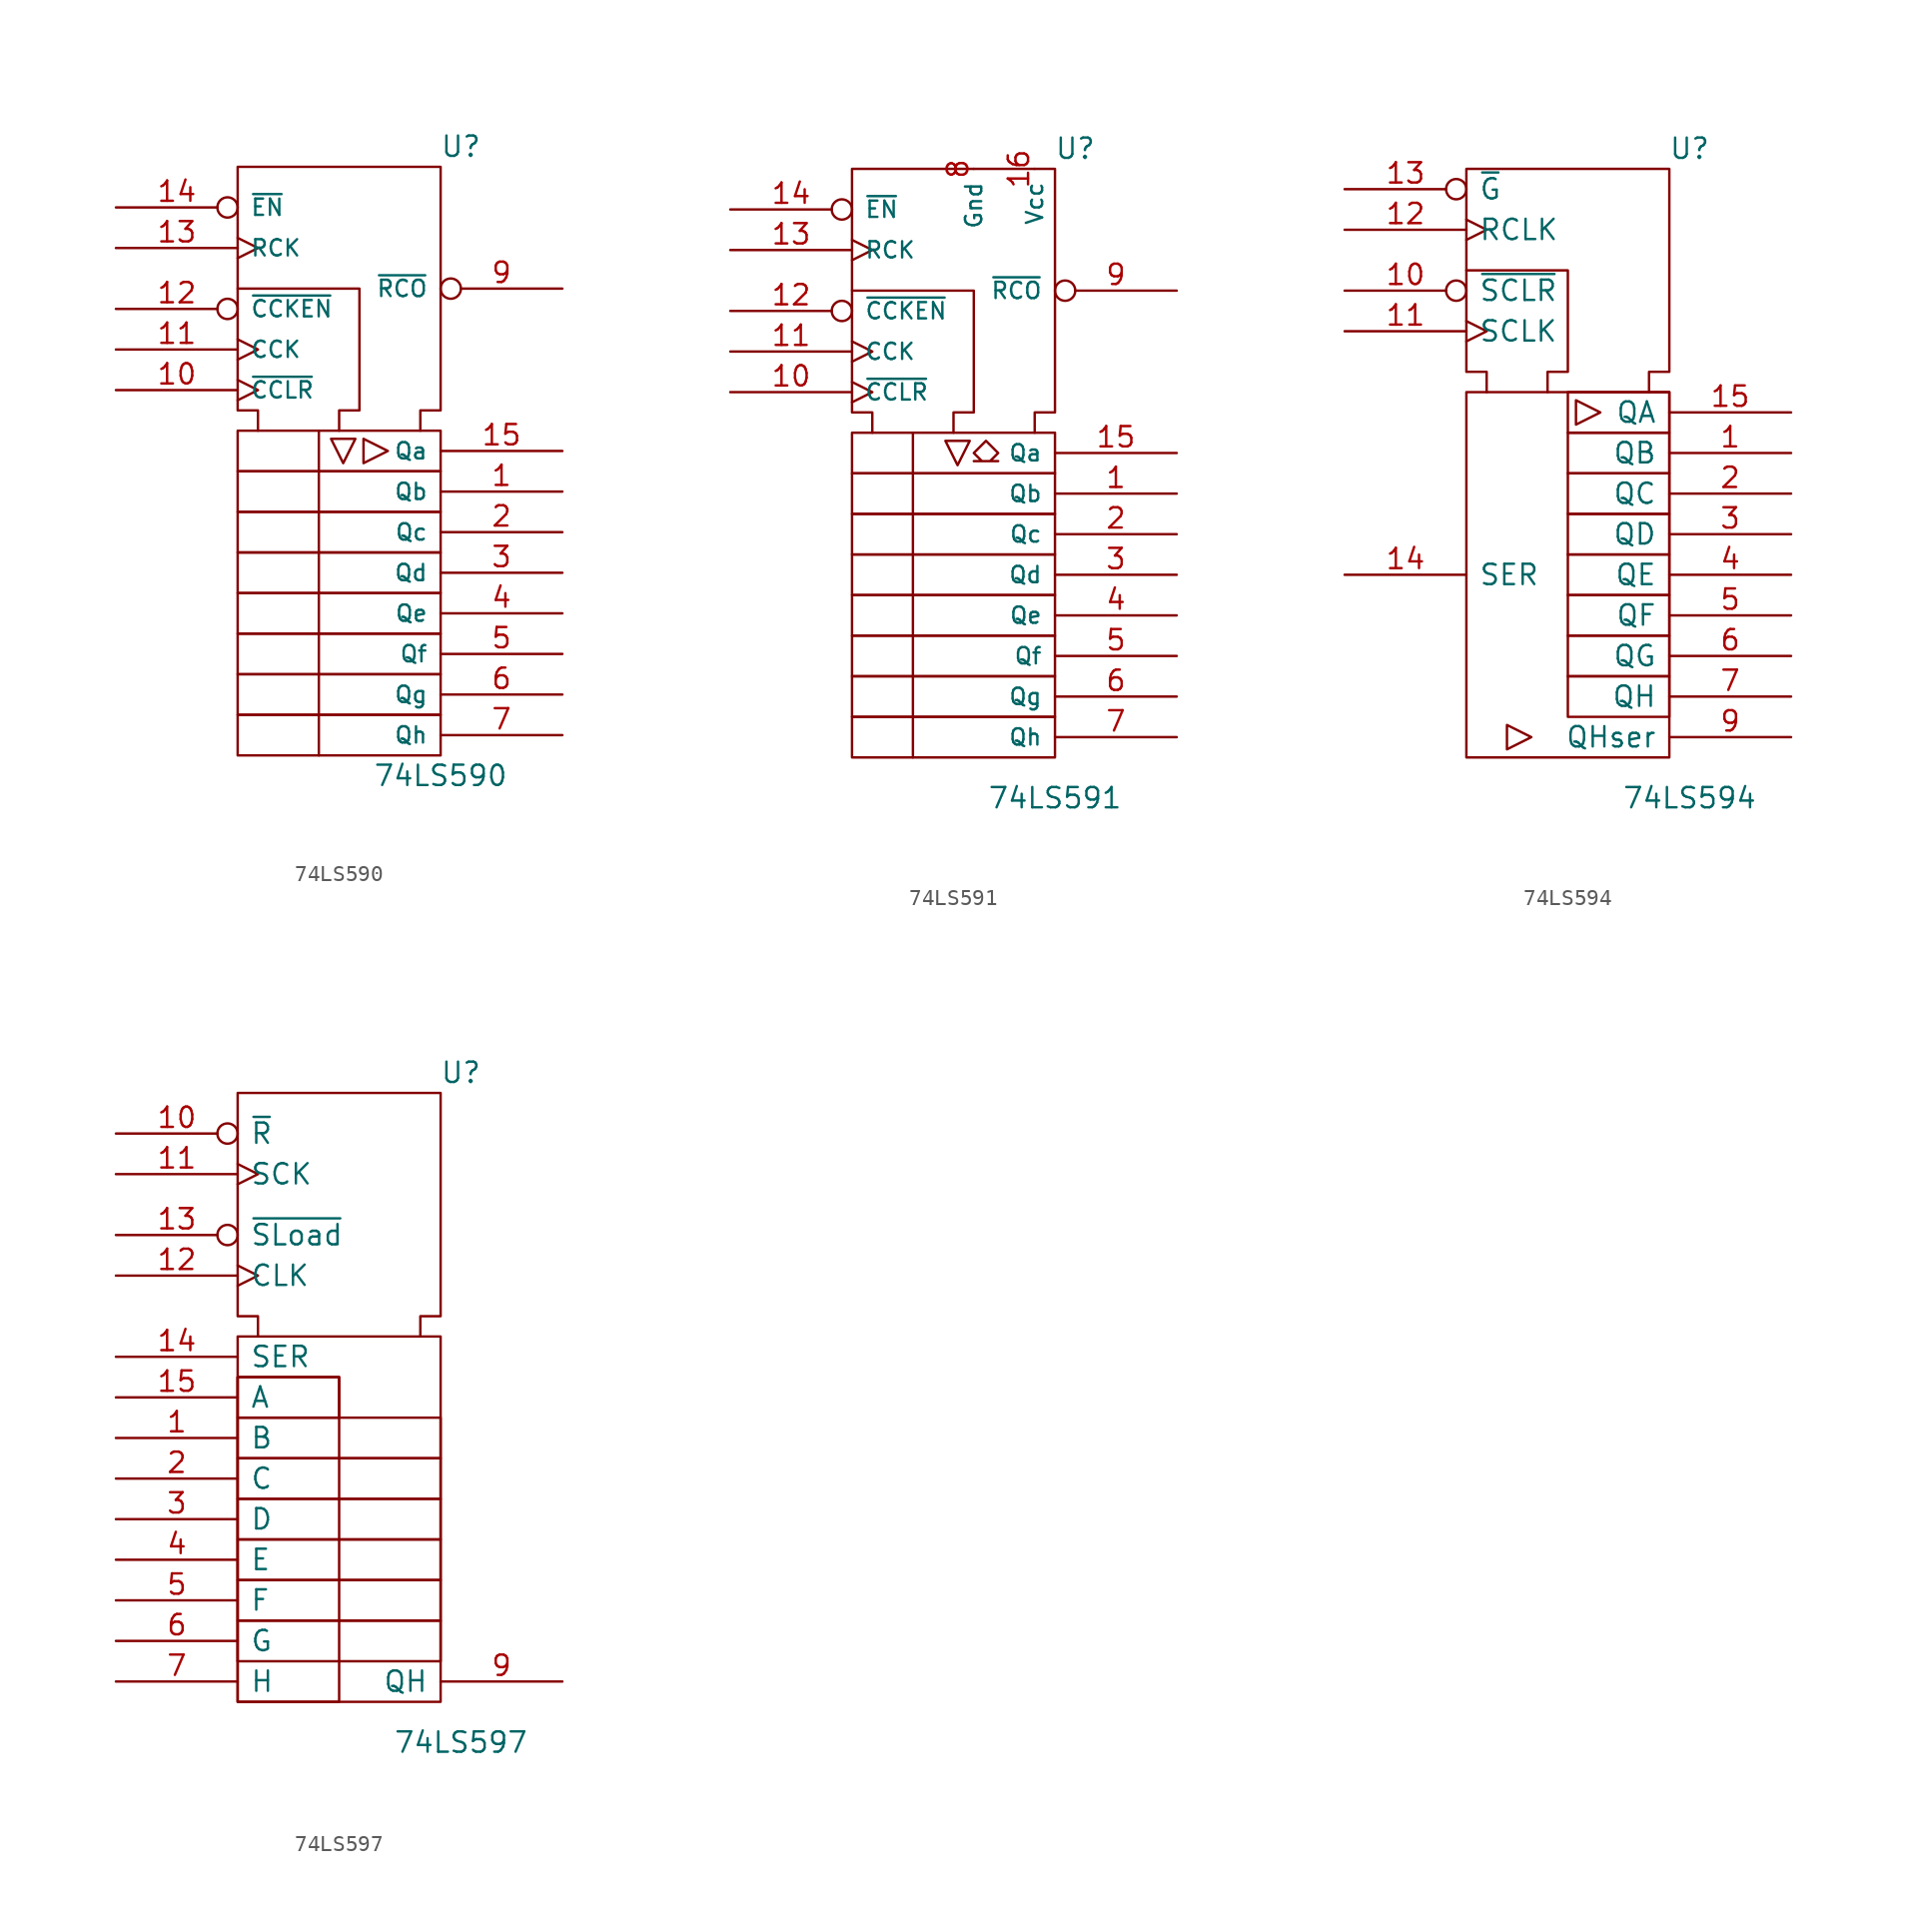
<source format=kicad_sym>
(kicad_symbol_lib
  (version 20201005)
  (generator kicad_symbol_editor)
  (symbol "74LS590"
    (pin_names
      (offset 0.762))
    (property "Reference" "U"
      (at 7.62 20.32 0)
      (effects (font (size 1.27 1.27))))
    (property "Value" "74LS590"
      (at 6.35 -19.05 0)
      (effects (font (size 1.27 1.27))))
    (symbol "74LS590_0_0"
      (rectangle (start -6.35 -12.7) (end 6.35 -15.24) (stroke (width 0)) (fill (type none)))
      (rectangle (start -6.35 -7.62) (end 6.35 -10.16) (stroke (width 0)) (fill (type none)))
      (rectangle (start -6.35 -2.54) (end 6.35 -5.08) (stroke (width 0)) (fill (type none)))
      (rectangle (start -6.35 -15.24) (end 6.35 -17.78) (stroke (width 0)) (fill (type none)))
      (rectangle (start -6.35 0) (end 6.35 -2.54) (stroke (width 0)) (fill (type none)))
      (rectangle (start -6.35 2.54) (end 6.35 0) (stroke (width 0)) (fill (type none)))
      (rectangle (start -6.35 -10.16) (end 6.35 -12.7) (stroke (width 0)) (fill (type none)))
      (rectangle (start -6.35 -5.08) (end 6.35 -7.62) (stroke (width 0)) (fill (type none)))
      (polyline (pts (xy -0.508 2.032) (xy 1.016 2.032) (xy 0.254 0.508) (xy -0.508 2.032) (xy -0.508 2.032)) (stroke (width 0)) (fill (type none)))
      (polyline (pts (xy -1.27 2.54) (xy -1.27 -17.78) (xy -1.27 -17.78)) (stroke (width 0)) (fill (type none)))
      (polyline (pts (xy 1.524 2.032) (xy 3.048 1.27) (xy 1.524 0.508) (xy 1.524 2.032) (xy 1.524 2.032)) (stroke (width 0)) (fill (type none)))
      (polyline (pts (xy -5.08 2.54) (xy -5.08 3.81) (xy -6.35 3.81) (xy -6.35 19.05) (xy 6.35 19.05) (xy 6.35 3.81) (xy 5.08 3.81) (xy 5.08 2.54) (xy 5.08 2.54)) (stroke (width 0)) (fill (type none)))
      (polyline (pts (xy -6.35 11.43) (xy 1.27 11.43) (xy 1.27 3.81) (xy 0 3.81) (xy 0 2.54) (xy 0 2.54)) (stroke (width 0)) (fill (type none))))
    (symbol "74LS590_0_1"
      (pin power_in line (at 1.27 19.05 270) (length 0) hide (name "Gnd" (effects (font (size 1.016 1.016)))) (number "8" (effects (font (size 1.27 1.27)))))
      (pin power_in line (at 5.08 19.05 270) (length 0) hide (name "Vcc" (effects (font (size 1.016 1.016)))) (number "16" (effects (font (size 1.27 1.27))))))
    (symbol "74LS590_1_1"
      (pin output line (at 13.97 -16.51 180) (length 7.62) (name "Qh" (effects (font (size 1.016 1.016)))) (number "7" (effects (font (size 1.27 1.27)))))
      (pin output line (at 13.97 -13.97 180) (length 7.62) (name "Qg" (effects (font (size 1.016 1.016)))) (number "6" (effects (font (size 1.27 1.27)))))
      (pin output line (at 13.97 -11.43 180) (length 7.62) (name "Qf" (effects (font (size 1.016 1.016)))) (number "5" (effects (font (size 1.27 1.27)))))
      (pin output line (at 13.97 -8.89 180) (length 7.62) (name "Qe" (effects (font (size 1.016 1.016)))) (number "4" (effects (font (size 1.27 1.27)))))
      (pin output line (at 13.97 -6.35 180) (length 7.62) (name "Qd" (effects (font (size 1.016 1.016)))) (number "3" (effects (font (size 1.27 1.27)))))
      (pin output line (at 13.97 -3.81 180) (length 7.62) (name "Qc" (effects (font (size 1.016 1.016)))) (number "2" (effects (font (size 1.27 1.27)))))
      (pin output line (at 13.97 -1.27 180) (length 7.62) (name "Qb" (effects (font (size 1.016 1.016)))) (number "1" (effects (font (size 1.27 1.27)))))
      (pin output line (at 13.97 1.27 180) (length 7.62) (name "Qa" (effects (font (size 1.016 1.016)))) (number "15" (effects (font (size 1.27 1.27)))))
      (pin output inverted (at 13.97 11.43 180) (length 7.62) (name "~RCO" (effects (font (size 1.016 1.016)))) (number "9" (effects (font (size 1.27 1.27)))))
      (pin input clock (at -13.97 5.08 0) (length 7.62) (name "~CCLR" (effects (font (size 1.016 1.016)))) (number "10" (effects (font (size 1.27 1.27)))))
      (pin input clock (at -13.97 7.62 0) (length 7.62) (name "CCK" (effects (font (size 1.016 1.016)))) (number "11" (effects (font (size 1.27 1.27)))))
      (pin input inverted (at -13.97 10.16 0) (length 7.62) (name "~CCKEN" (effects (font (size 1.016 1.016)))) (number "12" (effects (font (size 1.27 1.27)))))
      (pin input clock (at -13.97 13.97 0) (length 7.62) (name "RCK" (effects (font (size 1.016 1.016)))) (number "13" (effects (font (size 1.27 1.27)))))
      (pin input inverted (at -13.97 16.51 0) (length 7.62) (name "~EN" (effects (font (size 1.016 1.016)))) (number "14" (effects (font (size 1.27 1.27)))))))
  (symbol "74LS591"
    (pin_names
      (offset 0.762))
    (property "Reference" "U"
      (at 7.62 20.32 0)
      (effects (font (size 1.27 1.27))))
    (property "Value" "74LS591"
      (at 6.35 -20.32 0)
      (effects (font (size 1.27 1.27))))
    (symbol "74LS591_0_0"
      (rectangle (start -6.35 -7.62) (end 6.35 -10.16) (stroke (width 0)) (fill (type none)))
      (rectangle (start -6.35 -5.08) (end 6.35 -7.62) (stroke (width 0)) (fill (type none)))
      (rectangle (start -6.35 -2.54) (end 6.35 -5.08) (stroke (width 0)) (fill (type none)))
      (rectangle (start -6.35 -15.24) (end 6.35 -17.78) (stroke (width 0)) (fill (type none)))
      (rectangle (start -6.35 0) (end 6.35 -2.54) (stroke (width 0)) (fill (type none)))
      (rectangle (start -6.35 2.54) (end 6.35 0) (stroke (width 0)) (fill (type none)))
      (rectangle (start -6.35 -10.16) (end 6.35 -12.7) (stroke (width 0)) (fill (type none)))
      (rectangle (start -6.35 -12.7) (end 6.35 -15.24) (stroke (width 0)) (fill (type none)))
      (polyline (pts (xy -2.54 2.54) (xy -2.54 -17.78) (xy -2.54 -17.78)) (stroke (width 0)) (fill (type none)))
      (polyline (pts (xy -6.35 11.43) (xy 1.27 11.43) (xy 1.27 3.81) (xy 0 3.81) (xy 0 2.54) (xy 0 2.54)) (stroke (width 0)) (fill (type none)))
      (polyline (pts (xy -0.508 2.032) (xy 1.016 2.032) (xy 0.254 0.508) (xy -0.508 2.032) (xy -0.508 2.032)) (stroke (width 0)) (fill (type none)))
      (polyline (pts (xy -5.08 2.54) (xy -5.08 3.81) (xy -6.35 3.81) (xy -6.35 19.05) (xy 6.35 19.05) (xy 6.35 3.81) (xy 5.08 3.81) (xy 5.08 2.54) (xy 5.08 2.54)) (stroke (width 0)) (fill (type none)))
      (polyline (pts (xy 2.032 2.032) (xy 2.794 1.27) (xy 2.286 0.762) (xy 2.794 0.762) (xy 1.27 0.762) (xy 1.778 0.762) (xy 1.27 1.27) (xy 2.032 2.032) (xy 2.032 2.032)) (stroke (width 0)) (fill (type none))))
    (symbol "74LS591_0_1"
      (pin power_in line (at 1.27 19.05 270) (length 0) (name "Gnd" (effects (font (size 1.016 1.016)))) (number "8" (effects (font (size 1.27 1.27)))))
      (pin power_in line (at 5.08 19.05 270) (length 0) (name "Vcc" (effects (font (size 1.016 1.016)))) (number "16" (effects (font (size 1.27 1.27))))))
    (symbol "74LS591_1_1"
      (pin output line (at 13.97 -16.51 180) (length 7.62) (name "Qh" (effects (font (size 1.016 1.016)))) (number "7" (effects (font (size 1.27 1.27)))))
      (pin output line (at 13.97 -13.97 180) (length 7.62) (name "Qg" (effects (font (size 1.016 1.016)))) (number "6" (effects (font (size 1.27 1.27)))))
      (pin output line (at 13.97 -11.43 180) (length 7.62) (name "Qf" (effects (font (size 1.016 1.016)))) (number "5" (effects (font (size 1.27 1.27)))))
      (pin output line (at 13.97 -8.89 180) (length 7.62) (name "Qe" (effects (font (size 1.016 1.016)))) (number "4" (effects (font (size 1.27 1.27)))))
      (pin output line (at 13.97 -6.35 180) (length 7.62) (name "Qd" (effects (font (size 1.016 1.016)))) (number "3" (effects (font (size 1.27 1.27)))))
      (pin output line (at 13.97 -3.81 180) (length 7.62) (name "Qc" (effects (font (size 1.016 1.016)))) (number "2" (effects (font (size 1.27 1.27)))))
      (pin output line (at 13.97 -1.27 180) (length 7.62) (name "Qb" (effects (font (size 1.016 1.016)))) (number "1" (effects (font (size 1.27 1.27)))))
      (pin output line (at 13.97 1.27 180) (length 7.62) (name "Qa" (effects (font (size 1.016 1.016)))) (number "15" (effects (font (size 1.27 1.27)))))
      (pin output inverted (at 13.97 11.43 180) (length 7.62) (name "~RCO" (effects (font (size 1.016 1.016)))) (number "9" (effects (font (size 1.27 1.27)))))
      (pin input clock (at -13.97 5.08 0) (length 7.62) (name "~CCLR" (effects (font (size 1.016 1.016)))) (number "10" (effects (font (size 1.27 1.27)))))
      (pin input clock (at -13.97 7.62 0) (length 7.62) (name "CCK" (effects (font (size 1.016 1.016)))) (number "11" (effects (font (size 1.27 1.27)))))
      (pin input inverted (at -13.97 10.16 0) (length 7.62) (name "~CCKEN" (effects (font (size 1.016 1.016)))) (number "12" (effects (font (size 1.27 1.27)))))
      (pin input clock (at -13.97 13.97 0) (length 7.62) (name "RCK" (effects (font (size 1.016 1.016)))) (number "13" (effects (font (size 1.27 1.27)))))
      (pin input inverted (at -13.97 16.51 0) (length 7.62) (name "~EN" (effects (font (size 1.016 1.016)))) (number "14" (effects (font (size 1.27 1.27)))))))
  (symbol "74LS594"
    (pin_names
      (offset 0.762))
    (property "Reference" "U"
      (at 7.62 16.51 0)
      (effects (font (size 1.27 1.27))))
    (property "Value" "74LS594"
      (at 7.62 -24.13 0)
      (effects (font (size 1.27 1.27))))
    (symbol "74LS594_0_0"
      (rectangle (start 0 -16.51) (end 6.35 -19.05) (stroke (width 0)) (fill (type none)))
      (rectangle (start 0 -8.89) (end 6.35 -11.43) (stroke (width 0)) (fill (type none)))
      (rectangle (start 0 -1.27) (end 6.35 -3.81) (stroke (width 0)) (fill (type none)))
      (rectangle (start 0 -3.81) (end 6.35 -6.35) (stroke (width 0)) (fill (type none)))
      (rectangle (start 0 1.27) (end 6.35 -1.27) (stroke (width 0)) (fill (type none)))
      (rectangle (start 0 -6.35) (end 6.35 -8.89) (stroke (width 0)) (fill (type none)))
      (rectangle (start 0 -11.43) (end 6.35 -13.97) (stroke (width 0)) (fill (type none)))
      (rectangle (start 0 -13.97) (end 6.35 -16.51) (stroke (width 0)) (fill (type none)))
      (rectangle (start -6.35 1.27) (end 6.35 -21.59) (stroke (width 0)) (fill (type none)))
      (polyline (pts (xy -6.35 8.89) (xy 0 8.89) (xy 0 2.54) (xy -1.27 2.54) (xy -1.27 1.27) (xy -1.27 1.27)) (stroke (width 0)) (fill (type none)))
      (polyline (pts (xy 0.508 0.762) (xy 0.508 -0.762) (xy 2.032 0) (xy 0.508 0.762) (xy 0.508 0.762)) (stroke (width 0)) (fill (type none)))
      (polyline (pts (xy -2.286 -20.32) (xy -3.81 -19.558) (xy -3.81 -21.082) (xy -2.286 -20.32) (xy -2.286 -20.32)) (stroke (width 0)) (fill (type none)))
      (polyline (pts (xy -5.08 1.27) (xy -5.08 2.54) (xy -6.35 2.54) (xy -6.35 15.24) (xy 6.35 15.24) (xy 6.35 2.54) (xy 5.08 2.54) (xy 5.08 1.27) (xy 5.08 1.27)) (stroke (width 0)) (fill (type none))))
    (symbol "74LS594_0_1"
      (pin power_in line (at 0 15.24 270) (length 0) hide (name "GND" (effects (font (size 1.27 1.27)))) (number "8" (effects (font (size 1.27 1.27))))))
    (symbol "74LS594_1_1"
      (pin power_in line (at 3.81 15.24 270) (length 0) hide (name "VCC" (effects (font (size 1.27 1.27)))) (number "16" (effects (font (size 1.27 1.27)))))
      (pin output line (at 13.97 -20.32 180) (length 7.62) (name "QHser" (effects (font (size 1.27 1.27)))) (number "9" (effects (font (size 1.27 1.27)))))
      (pin tri_state line (at 13.97 -17.78 180) (length 7.62) (name "QH" (effects (font (size 1.27 1.27)))) (number "7" (effects (font (size 1.27 1.27)))))
      (pin tri_state line (at 13.97 -15.24 180) (length 7.62) (name "QG" (effects (font (size 1.27 1.27)))) (number "6" (effects (font (size 1.27 1.27)))))
      (pin tri_state line (at 13.97 -12.7 180) (length 7.62) (name "QF" (effects (font (size 1.27 1.27)))) (number "5" (effects (font (size 1.27 1.27)))))
      (pin tri_state line (at 13.97 -10.16 180) (length 7.62) (name "QE" (effects (font (size 1.27 1.27)))) (number "4" (effects (font (size 1.27 1.27)))))
      (pin tri_state line (at 13.97 -7.62 180) (length 7.62) (name "QD" (effects (font (size 1.27 1.27)))) (number "3" (effects (font (size 1.27 1.27)))))
      (pin tri_state line (at 13.97 -5.08 180) (length 7.62) (name "QC" (effects (font (size 1.27 1.27)))) (number "2" (effects (font (size 1.27 1.27)))))
      (pin tri_state line (at 13.97 -2.54 180) (length 7.62) (name "QB" (effects (font (size 1.27 1.27)))) (number "1" (effects (font (size 1.27 1.27)))))
      (pin tri_state line (at 13.97 0 180) (length 7.62) (name "QA" (effects (font (size 1.27 1.27)))) (number "15" (effects (font (size 1.27 1.27)))))
      (pin input line (at -13.97 -10.16 0) (length 7.62) (name "SER" (effects (font (size 1.27 1.27)))) (number "14" (effects (font (size 1.27 1.27)))))
      (pin input clock (at -13.97 5.08 0) (length 7.62) (name "SCLK" (effects (font (size 1.27 1.27)))) (number "11" (effects (font (size 1.27 1.27)))))
      (pin input inverted (at -13.97 7.62 0) (length 7.62) (name "~SCLR" (effects (font (size 1.27 1.27)))) (number "10" (effects (font (size 1.27 1.27)))))
      (pin input clock (at -13.97 11.43 0) (length 7.62) (name "RCLK" (effects (font (size 1.27 1.27)))) (number "12" (effects (font (size 1.27 1.27)))))
      (pin input inverted (at -13.97 13.97 0) (length 7.62) (name "~G" (effects (font (size 1.27 1.27)))) (number "13" (effects (font (size 1.27 1.27)))))))
  (symbol "74LS597"
    (pin_names
      (offset 0.762))
    (property "Reference" "U"
      (at 7.62 21.59 0)
      (effects (font (size 1.27 1.27))))
    (property "Value" "74LS597"
      (at 7.62 -20.32 0)
      (effects (font (size 1.27 1.27))))
    (symbol "74LS597_0_0"
      (rectangle (start -6.35 5.08) (end 6.35 -17.78) (stroke (width 0)) (fill (type none)))
      (rectangle (start -6.35 2.54) (end 0 -17.78) (stroke (width 0)) (fill (type none)))
      (rectangle (start -6.35 -12.7) (end 6.35 -15.24) (stroke (width 0)) (fill (type none)))
      (rectangle (start -6.35 0) (end 6.35 -2.54) (stroke (width 0)) (fill (type none)))
      (rectangle (start -6.35 -10.16) (end 6.35 -12.7) (stroke (width 0)) (fill (type none)))
      (rectangle (start -6.35 2.54) (end 0 0) (stroke (width 0)) (fill (type none)))
      (rectangle (start -6.35 -2.54) (end 6.35 -5.08) (stroke (width 0)) (fill (type none)))
      (rectangle (start -6.35 -7.62) (end 6.35 -10.16) (stroke (width 0)) (fill (type none)))
      (rectangle (start -6.35 -15.24) (end -6.35 -15.24) (stroke (width 0)) (fill (type none)))
      (rectangle (start -6.35 -5.08) (end 6.35 -7.62) (stroke (width 0)) (fill (type none)))
      (polyline (pts (xy -5.08 5.08) (xy -5.08 6.35) (xy -6.35 6.35) (xy -6.35 20.32) (xy 6.35 20.32) (xy 6.35 6.35) (xy 5.08 6.35) (xy 5.08 5.08) (xy 5.08 5.08)) (stroke (width 0)) (fill (type none))))
    (symbol "74LS597_0_1"
      (pin power_in line (at 0 20.32 270) (length 0) hide (name "GND" (effects (font (size 1.27 1.27)))) (number "8" (effects (font (size 1.27 1.27))))))
    (symbol "74LS597_1_1"
      (pin power_in line (at 3.81 20.32 270) (length 0) hide (name "VCC" (effects (font (size 1.27 1.27)))) (number "16" (effects (font (size 1.27 1.27)))))
      (pin tri_state line (at 13.97 -16.51 180) (length 7.62) (name "QH" (effects (font (size 1.27 1.27)))) (number "9" (effects (font (size 1.27 1.27)))))
      (pin input line (at -13.97 -16.51 0) (length 7.62) (name "H" (effects (font (size 1.27 1.27)))) (number "7" (effects (font (size 1.27 1.27)))))
      (pin input line (at -13.97 -13.97 0) (length 7.62) (name "G" (effects (font (size 1.27 1.27)))) (number "6" (effects (font (size 1.27 1.27)))))
      (pin input line (at -13.97 -11.43 0) (length 7.62) (name "F" (effects (font (size 1.27 1.27)))) (number "5" (effects (font (size 1.27 1.27)))))
      (pin input line (at -13.97 -8.89 0) (length 7.62) (name "E" (effects (font (size 1.27 1.27)))) (number "4" (effects (font (size 1.27 1.27)))))
      (pin input line (at -13.97 -6.35 0) (length 7.62) (name "D" (effects (font (size 1.27 1.27)))) (number "3" (effects (font (size 1.27 1.27)))))
      (pin input line (at -13.97 -3.81 0) (length 7.62) (name "C" (effects (font (size 1.27 1.27)))) (number "2" (effects (font (size 1.27 1.27)))))
      (pin input line (at -13.97 -1.27 0) (length 7.62) (name "B" (effects (font (size 1.27 1.27)))) (number "1" (effects (font (size 1.27 1.27)))))
      (pin input line (at -13.97 1.27 0) (length 7.62) (name "A" (effects (font (size 1.27 1.27)))) (number "15" (effects (font (size 1.27 1.27)))))
      (pin input line (at -13.97 3.81 0) (length 7.62) (name "SER" (effects (font (size 1.27 1.27)))) (number "14" (effects (font (size 1.27 1.27)))))
      (pin input clock (at -13.97 8.89 0) (length 7.62) (name "CLK" (effects (font (size 1.27 1.27)))) (number "12" (effects (font (size 1.27 1.27)))))
      (pin input inverted (at -13.97 11.43 0) (length 7.62) (name "~SLoad" (effects (font (size 1.27 1.27)))) (number "13" (effects (font (size 1.27 1.27)))))
      (pin input clock (at -13.97 15.24 0) (length 7.62) (name "SCK" (effects (font (size 1.27 1.27)))) (number "11" (effects (font (size 1.27 1.27)))))
      (pin input inverted (at -13.97 17.78 0) (length 7.62) (name "~R" (effects (font (size 1.27 1.27)))) (number "10" (effects (font (size 1.27 1.27))))))))
</source>
